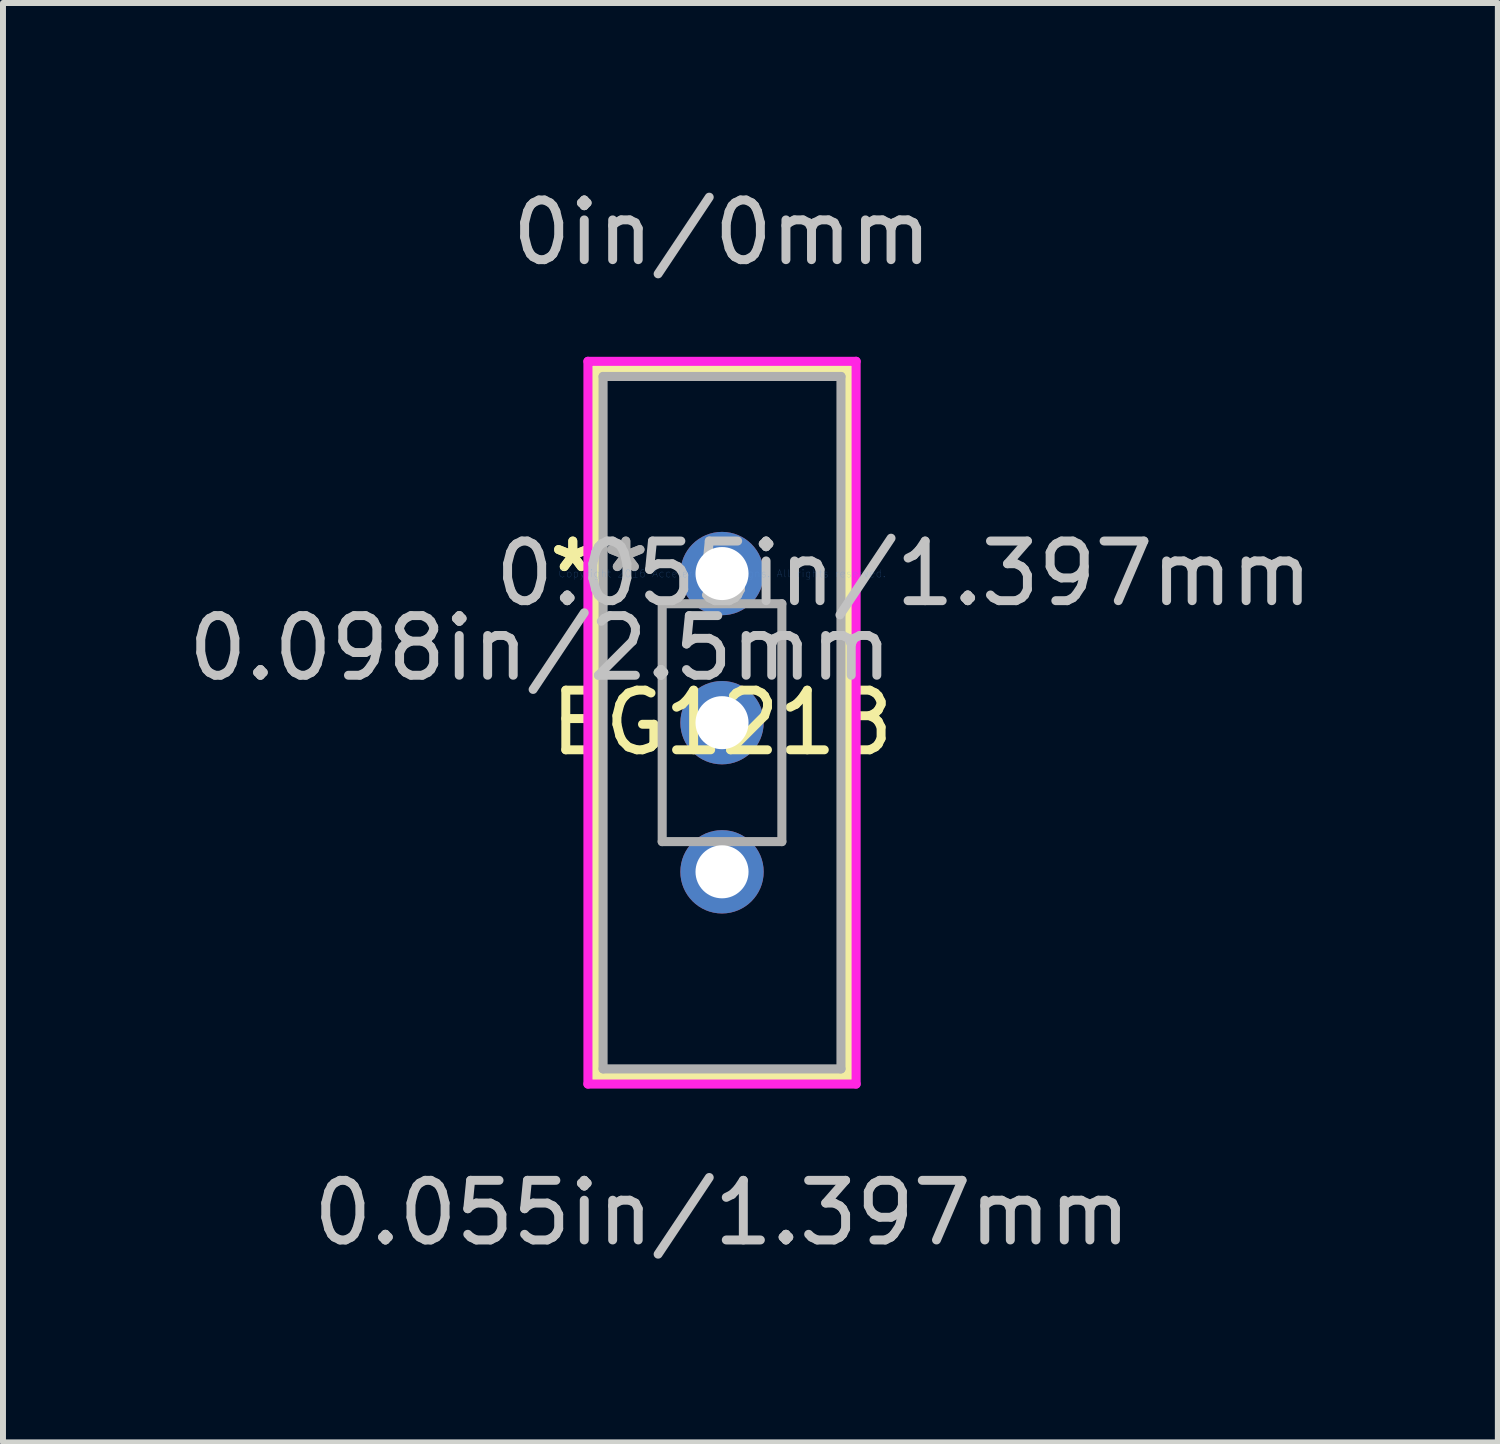
<source format=kicad_pcb>
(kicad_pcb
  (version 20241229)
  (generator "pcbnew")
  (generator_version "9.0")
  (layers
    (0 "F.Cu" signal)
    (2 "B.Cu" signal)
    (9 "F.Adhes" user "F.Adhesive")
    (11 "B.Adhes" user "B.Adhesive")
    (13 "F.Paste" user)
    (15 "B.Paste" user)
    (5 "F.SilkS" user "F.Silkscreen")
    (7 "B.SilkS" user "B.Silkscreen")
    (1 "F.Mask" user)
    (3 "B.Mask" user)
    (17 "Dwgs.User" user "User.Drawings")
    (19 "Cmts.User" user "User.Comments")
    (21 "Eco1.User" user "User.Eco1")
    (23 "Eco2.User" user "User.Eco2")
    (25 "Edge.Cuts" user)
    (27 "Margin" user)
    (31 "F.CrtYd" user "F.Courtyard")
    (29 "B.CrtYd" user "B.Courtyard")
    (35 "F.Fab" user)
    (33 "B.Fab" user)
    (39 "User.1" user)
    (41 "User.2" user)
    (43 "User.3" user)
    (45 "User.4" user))
  (footprint "EG1218"
    (layer "F.Cu")
    (at 9.054 6.565)
    (property "Reference" "EG1218" (at 0 2.5 0) (layer "F.SilkS") (effects (font (size 1 1) (thickness 0.15))))
    (attr through_hole)
    (fp_line (start -2.121 -3.431) (end -2.121 8.431) (stroke (width 0.152) (type solid)) (layer "F.SilkS"))
    (fp_line (start -2.121 8.431) (end 2.121 8.431) (stroke (width 0.152) (type solid)) (layer "F.SilkS"))
    (fp_line (start 2.121 -3.431) (end -2.121 -3.431) (stroke (width 0.152) (type solid)) (layer "F.SilkS"))
    (fp_line (start 2.121 8.431) (end 2.121 -3.431) (stroke (width 0.152) (type solid)) (layer "F.SilkS"))
    (fp_line (start -2.248 -3.558) (end 2.248 -3.558) (stroke (width 0.152) (type solid)) (layer "F.CrtYd"))
    (fp_line (start -2.248 8.558) (end -2.248 -3.558) (stroke (width 0.152) (type solid)) (layer "F.CrtYd"))
    (fp_line (start 2.248 -3.558) (end 2.248 8.558) (stroke (width 0.152) (type solid)) (layer "F.CrtYd"))
    (fp_line (start 2.248 8.558) (end -2.248 8.558) (stroke (width 0.152) (type solid)) (layer "F.CrtYd"))
    (fp_line (start -1.994 -3.304) (end -1.994 8.304) (stroke (width 0.152) (type solid)) (layer "F.Fab"))
    (fp_line (start -1.994 8.304) (end 1.994 8.304) (stroke (width 0.152) (type solid)) (layer "F.Fab"))
    (fp_line (start -1.003 0.506) (end 1.003 0.506) (stroke (width 0.152) (type solid)) (layer "F.Fab"))
    (fp_line (start -1.003 4.494) (end -1.003 0.506) (stroke (width 0.152) (type solid)) (layer "F.Fab"))
    (fp_line (start 1.003 0.506) (end 1.003 4.494) (stroke (width 0.152) (type solid)) (layer "F.Fab"))
    (fp_line (start 1.003 4.494) (end -1.003 4.494) (stroke (width 0.152) (type solid)) (layer "F.Fab"))
    (fp_line (start 1.994 -3.304) (end -1.994 -3.304) (stroke (width 0.152) (type solid)) (layer "F.Fab"))
    (fp_line (start 1.994 8.304) (end 1.994 -3.304) (stroke (width 0.152) (type solid)) (layer "F.Fab"))
    (fp_text user "*" (at -2.502 0 0) (layer "F.SilkS") (effects (font (size 1 1) (thickness 0.15))))
    (fp_text user "*" (at -2.502 0 0) (layer "F.SilkS") (effects (font (size 1 1) (thickness 0.15))))
    (fp_text user "0.055in/1.397mm" (at 0 10.717 0) (layer "Dwgs.User") (effects (font (size 1 1) (thickness 0.15))))
    (fp_text user "0in/0mm" (at 0 -5.717 0) (layer "Dwgs.User") (effects (font (size 1 1) (thickness 0.15))))
    (fp_text user "0.098in/2.5mm" (at -3.048 1.25 0) (layer "Dwgs.User") (effects (font (size 1 1) (thickness 0.15))))
    (fp_text user "0.055in/1.397mm" (at 3.048 0 0) (layer "Dwgs.User") (effects (font (size 1 1) (thickness 0.15))))
    (fp_text user "Copyright 2016 Accelerated Designs. All rights reserved." (at 0 0 0) (layer "Cmts.User") (effects (font (size 0.127 0.127) (thickness 0.002))))
    (fp_text user "*" (at -1.613 0 0) (layer "F.Fab") (effects (font (size 1 1) (thickness 0.15))))
    (fp_text user "*" (at -1.613 0 0) (layer "F.Fab") (effects (font (size 1 1) (thickness 0.15))))
    (pad "1" thru_hole circle (at 0 0) (size 1.397 1.397) (drill 0.889) (layers "*.Cu" "*.Mask"))
    (pad "2" thru_hole circle (at 0 2.5) (size 1.397 1.397) (drill 0.889) (layers "*.Cu" "*.Mask"))
    (pad "3" thru_hole circle (at 0 5) (size 1.397 1.397) (drill 0.889) (layers "*.Cu" "*.Mask")))
  (gr_rect
    (start -3 -3)
    (end 22.06 21.13)
    (stroke (width 0.1) (type default))
    (fill no)
    (layer "Edge.Cuts")))
</source>
